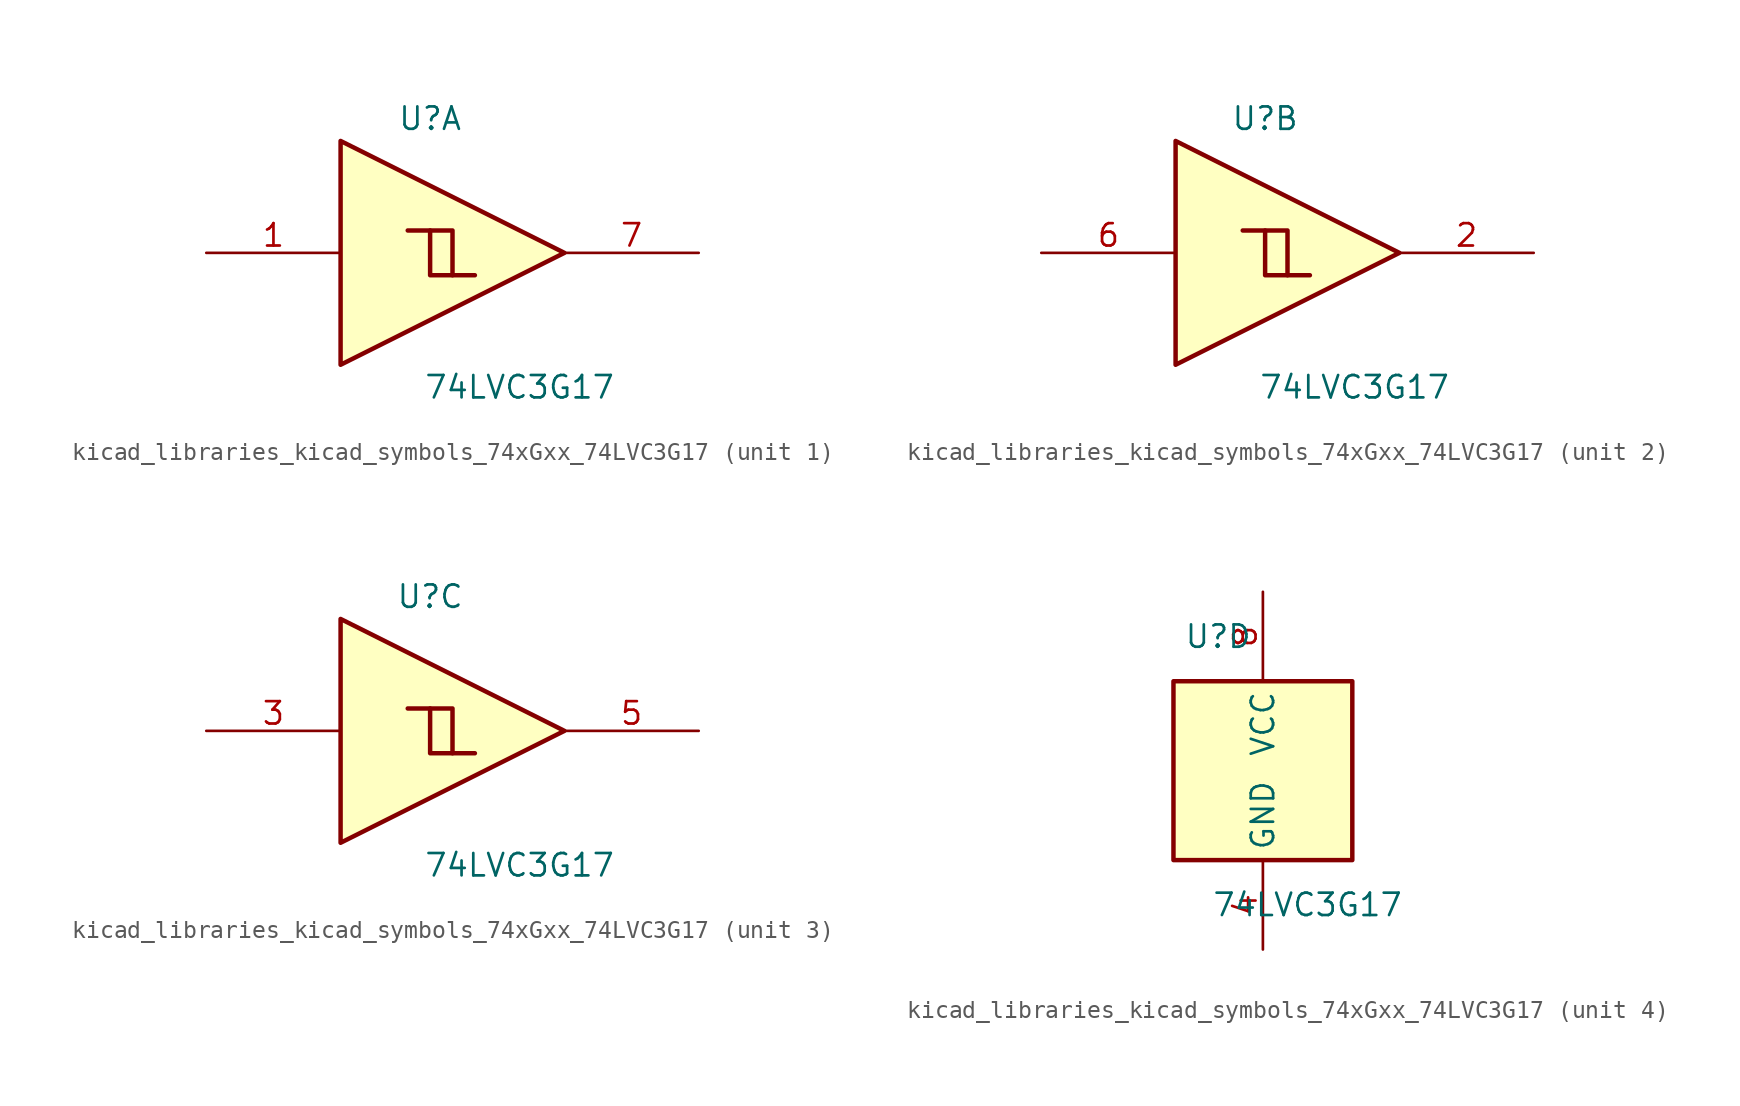
<source format=kicad_sym>
(kicad_symbol_lib
  (version 20220914)
  (generator kicad_symbol_editor)
  (symbol "kicad_libraries_kicad_symbols_74xGxx_74LVC3G17"
    (property "Reference" "U"
      (at -2.54 7.62 0)
      (effects (font (size 1.27 1.27))))
    (property "Value" "74LVC3G17"
      (at 2.54 -7.62 0)
      (effects (font (size 1.27 1.27))))
    (symbol "kicad_libraries_kicad_symbols_74xGxx_74LVC3G17_1_1"
      (polyline (pts (xy -2.54 1.27) (xy -1.27 1.27) (xy -1.27 -1.27)) (stroke (width 0.254) (type default)) (fill (type background)))
      (polyline (pts (xy -7.62 6.35) (xy -7.62 -6.35) (xy 5.08 0) (xy -7.62 6.35)) (stroke (width 0.254) (type default)) (fill (type background)))
      (polyline (pts (xy -3.81 1.27) (xy -2.54 1.27) (xy -2.54 -1.27) (xy 0 -1.27)) (stroke (width 0.254) (type default)) (fill (type background)))
      (pin input line (at -15.24 0 0) (length 7.62) (name "~" (effects (font (size 1.27 1.27)))) (number "1" (effects (font (size 1.27 1.27)))))
      (pin output line (at 12.7 0 180) (length 7.62) (name "~" (effects (font (size 1.27 1.27)))) (number "7" (effects (font (size 1.27 1.27))))))
    (symbol "kicad_libraries_kicad_symbols_74xGxx_74LVC3G17_2_1"
      (polyline (pts (xy -2.54 1.27) (xy -1.27 1.27) (xy -1.27 -1.27)) (stroke (width 0.254) (type default)) (fill (type background)))
      (polyline (pts (xy -7.62 6.35) (xy -7.62 -6.35) (xy 5.08 0) (xy -7.62 6.35)) (stroke (width 0.254) (type default)) (fill (type background)))
      (polyline (pts (xy -3.81 1.27) (xy -2.54 1.27) (xy -2.54 -1.27) (xy 0 -1.27)) (stroke (width 0.254) (type default)) (fill (type background)))
      (pin output line (at 12.7 0 180) (length 7.62) (name "~" (effects (font (size 1.27 1.27)))) (number "2" (effects (font (size 1.27 1.27)))))
      (pin input line (at -15.24 0 0) (length 7.62) (name "~" (effects (font (size 1.27 1.27)))) (number "6" (effects (font (size 1.27 1.27))))))
    (symbol "kicad_libraries_kicad_symbols_74xGxx_74LVC3G17_3_1"
      (polyline (pts (xy -2.54 1.27) (xy -1.27 1.27) (xy -1.27 -1.27)) (stroke (width 0.254) (type default)) (fill (type background)))
      (polyline (pts (xy -7.62 6.35) (xy -7.62 -6.35) (xy 5.08 0) (xy -7.62 6.35)) (stroke (width 0.254) (type default)) (fill (type background)))
      (polyline (pts (xy -3.81 1.27) (xy -2.54 1.27) (xy -2.54 -1.27) (xy 0 -1.27)) (stroke (width 0.254) (type default)) (fill (type background)))
      (pin input line (at -15.24 0 0) (length 7.62) (name "~" (effects (font (size 1.27 1.27)))) (number "3" (effects (font (size 1.27 1.27)))))
      (pin output line (at 12.7 0 180) (length 7.62) (name "~" (effects (font (size 1.27 1.27)))) (number "5" (effects (font (size 1.27 1.27))))))
    (symbol "kicad_libraries_kicad_symbols_74xGxx_74LVC3G17_4_0"
      (rectangle (start -5.08 -5.08) (end 5.08 5.08) (stroke (width 0.254) (type default)) (fill (type background))))
    (symbol "kicad_libraries_kicad_symbols_74xGxx_74LVC3G17_4_1"
      (pin power_in line (at 0 -10.16 90) (length 5.08) (name "GND" (effects (font (size 1.27 1.27)))) (number "4" (effects (font (size 1.27 1.27)))))
      (pin power_in line (at 0 10.16 270) (length 5.08) (name "VCC" (effects (font (size 1.27 1.27)))) (number "8" (effects (font (size 1.27 1.27))))))))
</source>
